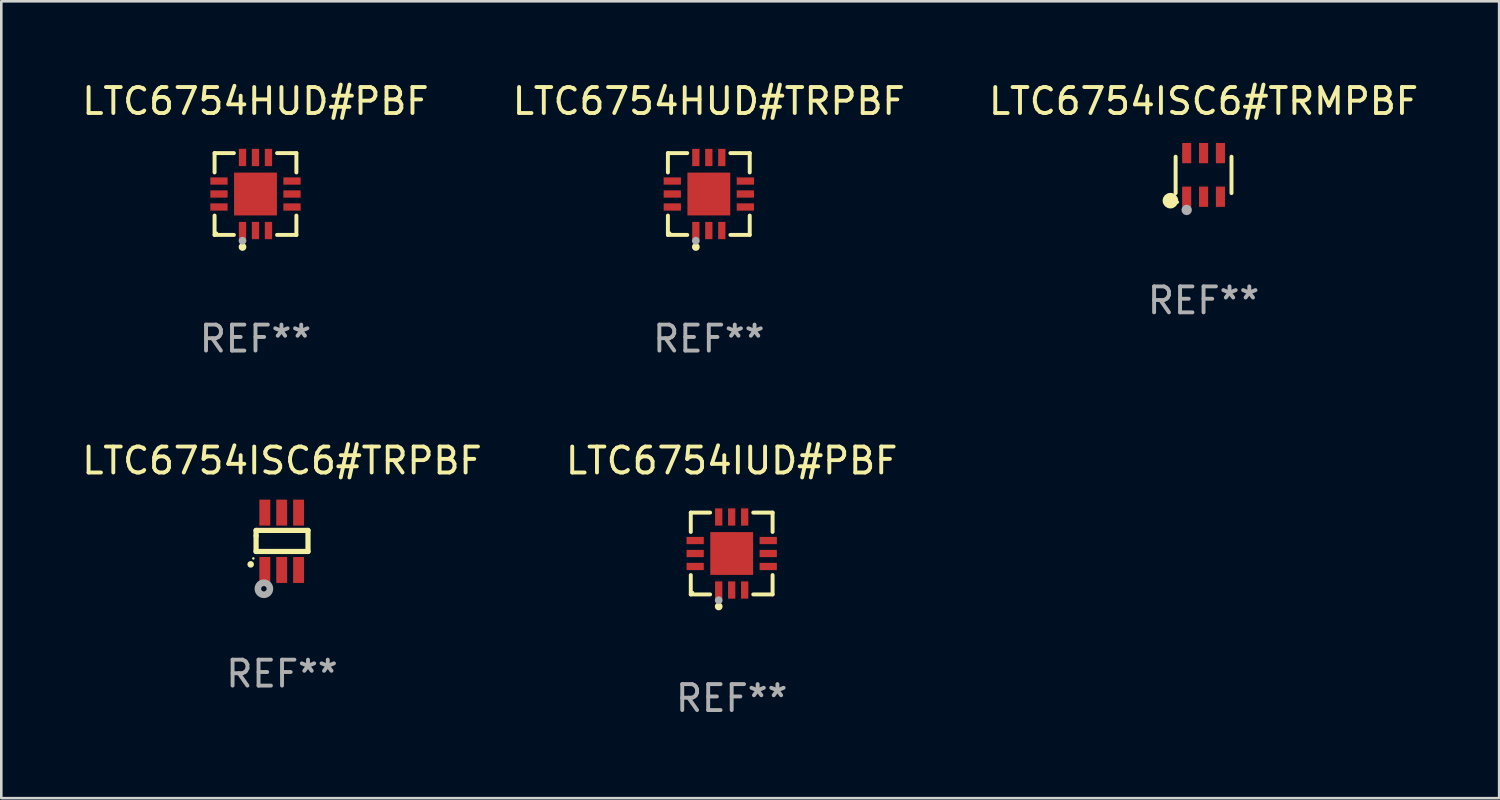
<source format=kicad_pcb>
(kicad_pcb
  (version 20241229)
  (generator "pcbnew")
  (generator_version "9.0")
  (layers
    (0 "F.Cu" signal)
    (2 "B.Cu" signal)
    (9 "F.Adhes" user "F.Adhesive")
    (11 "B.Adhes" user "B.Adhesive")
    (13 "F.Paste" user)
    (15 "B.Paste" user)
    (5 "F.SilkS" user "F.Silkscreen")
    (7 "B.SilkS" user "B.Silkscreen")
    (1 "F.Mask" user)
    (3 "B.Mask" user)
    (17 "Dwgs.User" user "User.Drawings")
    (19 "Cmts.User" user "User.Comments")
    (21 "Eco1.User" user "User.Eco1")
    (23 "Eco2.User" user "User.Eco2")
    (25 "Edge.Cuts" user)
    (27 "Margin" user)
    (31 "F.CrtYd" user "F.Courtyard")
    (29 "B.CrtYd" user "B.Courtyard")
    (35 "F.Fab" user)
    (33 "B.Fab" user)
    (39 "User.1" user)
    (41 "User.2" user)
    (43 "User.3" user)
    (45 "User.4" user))
  (footprint "LTC6754IUD#PBF"
    (layer "F.Cu")
    (at 25.137 18.273)
    (property "Reference" "LTC6754IUD#PBF" (at 0 -3.576 0) (layer "F.SilkS") (effects (font (size 1 1) (thickness 0.15))))
    (attr through_hole)
    (fp_line (start -1.576 -1.576) (end -0.831 -1.576) (stroke (width 0.152) (type solid)) (layer "F.SilkS"))
    (fp_line (start -1.576 -0.831) (end -1.576 -1.576) (stroke (width 0.152) (type solid)) (layer "F.SilkS"))
    (fp_line (start -1.576 0.831) (end -1.576 1.576) (stroke (width 0.152) (type solid)) (layer "F.SilkS"))
    (fp_line (start -1.576 1.576) (end -0.831 1.576) (stroke (width 0.152) (type solid)) (layer "F.SilkS"))
    (fp_line (start 1.576 -1.576) (end 0.831 -1.576) (stroke (width 0.152) (type solid)) (layer "F.SilkS"))
    (fp_line (start 1.576 -0.831) (end 1.576 -1.576) (stroke (width 0.152) (type solid)) (layer "F.SilkS"))
    (fp_line (start 1.576 0.831) (end 1.576 1.576) (stroke (width 0.152) (type solid)) (layer "F.SilkS"))
    (fp_line (start 1.576 1.576) (end 0.831 1.576) (stroke (width 0.152) (type solid)) (layer "F.SilkS"))
    (fp_circle (center -1.5 1.5) (end -1.47 1.5) (stroke (width 0.06) (type solid)) (fill no) (layer "F.SilkS"))
    (fp_circle (center -0.5 2.04) (end -0.425 2.04) (stroke (width 0.15) (type solid)) (fill no) (layer "F.SilkS"))
    (fp_circle (center -0.5 1.8) (end -0.425 1.8) (stroke (width 0.15) (type solid)) (fill no) (layer "F.Fab"))
    (fp_text user "REF**" (at 0 5.576 0) (layer "F.Fab") (effects (font (size 1 1) (thickness 0.15))))
    (pad "1" smd rect (at -0.5 1.407) (size 0.28 0.665) (layers "F.Cu" "F.Mask" "F.Paste"))
    (pad "2" smd rect (at 0 1.407) (size 0.28 0.665) (layers "F.Cu" "F.Mask" "F.Paste"))
    (pad "3" smd rect (at 0.5 1.407) (size 0.28 0.665) (layers "F.Cu" "F.Mask" "F.Paste"))
    (pad "4" smd rect (at 1.407 0.5) (size 0.665 0.28) (layers "F.Cu" "F.Mask" "F.Paste"))
    (pad "5" smd rect (at 1.407 0) (size 0.665 0.28) (layers "F.Cu" "F.Mask" "F.Paste"))
    (pad "6" smd rect (at 1.407 -0.5) (size 0.665 0.28) (layers "F.Cu" "F.Mask" "F.Paste"))
    (pad "7" smd rect (at 0.5 -1.407) (size 0.28 0.665) (layers "F.Cu" "F.Mask" "F.Paste"))
    (pad "8" smd rect (at 0 -1.407) (size 0.28 0.665) (layers "F.Cu" "F.Mask" "F.Paste"))
    (pad "9" smd rect (at -0.5 -1.407) (size 0.28 0.665) (layers "F.Cu" "F.Mask" "F.Paste"))
    (pad "10" smd rect (at -1.407 -0.5) (size 0.665 0.28) (layers "F.Cu" "F.Mask" "F.Paste"))
    (pad "11" smd rect (at -1.407 0) (size 0.665 0.28) (layers "F.Cu" "F.Mask" "F.Paste"))
    (pad "12" smd rect (at -1.407 0.5) (size 0.665 0.28) (layers "F.Cu" "F.Mask" "F.Paste"))
    (pad "13" smd rect (at 0 0) (size 1.65 1.65) (layers "F.Cu" "F.Mask" "F.Paste")))
  (footprint "LTC6754HUD#TRPBF"
    (layer "F.Cu")
    (at 24.256 4.424)
    (property "Reference" "LTC6754HUD#TRPBF" (at 0 -3.576 0) (layer "F.SilkS") (effects (font (size 1 1) (thickness 0.15))))
    (attr through_hole)
    (fp_line (start -1.576 -1.576) (end -0.831 -1.576) (stroke (width 0.152) (type solid)) (layer "F.SilkS"))
    (fp_line (start -1.576 -0.831) (end -1.576 -1.576) (stroke (width 0.152) (type solid)) (layer "F.SilkS"))
    (fp_line (start -1.576 0.831) (end -1.576 1.576) (stroke (width 0.152) (type solid)) (layer "F.SilkS"))
    (fp_line (start -1.576 1.576) (end -0.831 1.576) (stroke (width 0.152) (type solid)) (layer "F.SilkS"))
    (fp_line (start 1.576 -1.576) (end 0.831 -1.576) (stroke (width 0.152) (type solid)) (layer "F.SilkS"))
    (fp_line (start 1.576 -0.831) (end 1.576 -1.576) (stroke (width 0.152) (type solid)) (layer "F.SilkS"))
    (fp_line (start 1.576 0.831) (end 1.576 1.576) (stroke (width 0.152) (type solid)) (layer "F.SilkS"))
    (fp_line (start 1.576 1.576) (end 0.831 1.576) (stroke (width 0.152) (type solid)) (layer "F.SilkS"))
    (fp_circle (center -1.5 1.5) (end -1.47 1.5) (stroke (width 0.06) (type solid)) (fill no) (layer "F.SilkS"))
    (fp_circle (center -0.5 2.04) (end -0.425 2.04) (stroke (width 0.15) (type solid)) (fill no) (layer "F.SilkS"))
    (fp_circle (center -0.5 1.8) (end -0.425 1.8) (stroke (width 0.15) (type solid)) (fill no) (layer "F.Fab"))
    (fp_text user "REF**" (at 0 5.576 0) (layer "F.Fab") (effects (font (size 1 1) (thickness 0.15))))
    (pad "1" smd rect (at -0.5 1.407) (size 0.28 0.665) (layers "F.Cu" "F.Mask" "F.Paste"))
    (pad "2" smd rect (at 0 1.407) (size 0.28 0.665) (layers "F.Cu" "F.Mask" "F.Paste"))
    (pad "3" smd rect (at 0.5 1.407) (size 0.28 0.665) (layers "F.Cu" "F.Mask" "F.Paste"))
    (pad "4" smd rect (at 1.407 0.5) (size 0.665 0.28) (layers "F.Cu" "F.Mask" "F.Paste"))
    (pad "5" smd rect (at 1.407 0) (size 0.665 0.28) (layers "F.Cu" "F.Mask" "F.Paste"))
    (pad "6" smd rect (at 1.407 -0.5) (size 0.665 0.28) (layers "F.Cu" "F.Mask" "F.Paste"))
    (pad "7" smd rect (at 0.5 -1.407) (size 0.28 0.665) (layers "F.Cu" "F.Mask" "F.Paste"))
    (pad "8" smd rect (at 0 -1.407) (size 0.28 0.665) (layers "F.Cu" "F.Mask" "F.Paste"))
    (pad "9" smd rect (at -0.5 -1.407) (size 0.28 0.665) (layers "F.Cu" "F.Mask" "F.Paste"))
    (pad "10" smd rect (at -1.407 -0.5) (size 0.665 0.28) (layers "F.Cu" "F.Mask" "F.Paste"))
    (pad "11" smd rect (at -1.407 0) (size 0.665 0.28) (layers "F.Cu" "F.Mask" "F.Paste"))
    (pad "12" smd rect (at -1.407 0.5) (size 0.665 0.28) (layers "F.Cu" "F.Mask" "F.Paste"))
    (pad "13" smd rect (at 0 0) (size 1.65 1.65) (layers "F.Cu" "F.Mask" "F.Paste")))
  (footprint "LTC6754ISC6#TRMPBF"
    (layer "F.Cu")
    (at 43.315 3.688)
    (property "Reference" "LTC6754ISC6#TRMPBF" (at 0 -2.84 0) (layer "F.SilkS") (effects (font (size 1 1) (thickness 0.15))))
    (attr through_hole)
    (fp_line (start -1.076 0.701) (end -1.076 -0.701) (stroke (width 0.152) (type solid)) (layer "F.SilkS"))
    (fp_line (start 1.076 0.701) (end 1.076 -0.701) (stroke (width 0.152) (type solid)) (layer "F.SilkS"))
    (fp_circle (center -1.277 0.992) (end -1.127 0.992) (stroke (width 0.3) (type solid)) (fill no) (layer "F.SilkS"))
    (fp_circle (center -1 1.05) (end -0.97 1.05) (stroke (width 0.06) (type solid)) (fill no) (layer "F.SilkS"))
    (fp_circle (center -0.65 1.35) (end -0.55 1.35) (stroke (width 0.2) (type solid)) (fill no) (layer "F.Fab"))
    (fp_text user "REF**" (at 0 4.84 0) (layer "F.Fab") (effects (font (size 1 1) (thickness 0.15))))
    (pad "1" smd rect (at -0.65 0.84) (size 0.35 0.78) (layers "F.Cu" "F.Mask" "F.Paste"))
    (pad "2" smd rect (at 0 0.84) (size 0.35 0.78) (layers "F.Cu" "F.Mask" "F.Paste"))
    (pad "3" smd rect (at 0.65 0.84) (size 0.35 0.78) (layers "F.Cu" "F.Mask" "F.Paste"))
    (pad "4" smd rect (at 0.65 -0.84) (size 0.35 0.78) (layers "F.Cu" "F.Mask" "F.Paste"))
    (pad "5" smd rect (at 0 -0.84) (size 0.35 0.78) (layers "F.Cu" "F.Mask" "F.Paste"))
    (pad "6" smd rect (at -0.65 -0.84) (size 0.35 0.78) (layers "F.Cu" "F.Mask" "F.Paste")))
  (footprint "LTC6754ISC6#TRPBF"
    (layer "F.Cu")
    (at 7.815 17.802)
    (property "Reference" "LTC6754ISC6#TRPBF" (at 0 -3.105 0) (layer "F.SilkS") (effects (font (size 1 1) (thickness 0.15))))
    (attr through_hole)
    (fp_line (start -1 -0.419) (end -1 -0.213) (stroke (width 0.2) (type solid)) (layer "F.SilkS"))
    (fp_line (start -1 -0.213) (end -1 0.393) (stroke (width 0.2) (type solid)) (layer "F.SilkS"))
    (fp_line (start -1 0.393) (end 1 0.393) (stroke (width 0.2) (type solid)) (layer "F.SilkS"))
    (fp_line (start 1 -0.419) (end -1 -0.419) (stroke (width 0.2) (type solid)) (layer "F.SilkS"))
    (fp_line (start 1 0.393) (end 1 -0.419) (stroke (width 0.2) (type solid)) (layer "F.SilkS"))
    (fp_arc (start -1.208509 0.890272) (mid -1.208515 0.889002) (end -1.208509 0.887732) (stroke (width 0.25) (type solid)) (layer "F.SilkS"))
    (fp_circle (center -1.105 0.66) (end -1.08 0.66) (stroke (width 0.05) (type solid)) (fill no) (layer "F.SilkS"))
    (fp_circle (center -0.699 1.829) (end -0.594 1.829) (stroke (width 0.254) (type solid)) (fill no) (layer "F.Fab"))
    (fp_text user "REF**" (at 0 5.105 0) (layer "F.Fab") (effects (font (size 1 1) (thickness 0.15))))
    (pad "1" smd rect (at -0.663 1.105) (size 0.42 1) (layers "F.Cu" "F.Mask" "F.Paste"))
    (pad "2" smd rect (at -0.013 1.105) (size 0.42 1) (layers "F.Cu" "F.Mask" "F.Paste"))
    (pad "3" smd rect (at 0.637 1.105) (size 0.42 1) (layers "F.Cu" "F.Mask" "F.Paste"))
    (pad "4" smd rect (at 0.637 -1.105 180) (size 0.42 1) (layers "F.Cu" "F.Mask" "F.Paste"))
    (pad "5" smd rect (at -0.013 -1.105 180) (size 0.42 1) (layers "F.Cu" "F.Mask" "F.Paste"))
    (pad "6" smd rect (at -0.663 -1.105 180) (size 0.42 1) (layers "F.Cu" "F.Mask" "F.Paste")))
  (footprint "LTC6754HUD#PBF"
    (layer "F.Cu")
    (at 6.792 4.424)
    (property "Reference" "LTC6754HUD#PBF" (at 0 -3.576 0) (layer "F.SilkS") (effects (font (size 1 1) (thickness 0.15))))
    (attr through_hole)
    (fp_line (start -1.576 -1.576) (end -0.831 -1.576) (stroke (width 0.152) (type solid)) (layer "F.SilkS"))
    (fp_line (start -1.576 -0.831) (end -1.576 -1.576) (stroke (width 0.152) (type solid)) (layer "F.SilkS"))
    (fp_line (start -1.576 0.831) (end -1.576 1.576) (stroke (width 0.152) (type solid)) (layer "F.SilkS"))
    (fp_line (start -1.576 1.576) (end -0.831 1.576) (stroke (width 0.152) (type solid)) (layer "F.SilkS"))
    (fp_line (start 1.576 -1.576) (end 0.831 -1.576) (stroke (width 0.152) (type solid)) (layer "F.SilkS"))
    (fp_line (start 1.576 -0.831) (end 1.576 -1.576) (stroke (width 0.152) (type solid)) (layer "F.SilkS"))
    (fp_line (start 1.576 0.831) (end 1.576 1.576) (stroke (width 0.152) (type solid)) (layer "F.SilkS"))
    (fp_line (start 1.576 1.576) (end 0.831 1.576) (stroke (width 0.152) (type solid)) (layer "F.SilkS"))
    (fp_circle (center -1.5 1.5) (end -1.47 1.5) (stroke (width 0.06) (type solid)) (fill no) (layer "F.SilkS"))
    (fp_circle (center -0.5 2.04) (end -0.425 2.04) (stroke (width 0.15) (type solid)) (fill no) (layer "F.SilkS"))
    (fp_circle (center -0.5 1.8) (end -0.425 1.8) (stroke (width 0.15) (type solid)) (fill no) (layer "F.Fab"))
    (fp_text user "REF**" (at 0 5.576 0) (layer "F.Fab") (effects (font (size 1 1) (thickness 0.15))))
    (pad "1" smd rect (at -0.5 1.407) (size 0.28 0.665) (layers "F.Cu" "F.Mask" "F.Paste"))
    (pad "2" smd rect (at 0 1.407) (size 0.28 0.665) (layers "F.Cu" "F.Mask" "F.Paste"))
    (pad "3" smd rect (at 0.5 1.407) (size 0.28 0.665) (layers "F.Cu" "F.Mask" "F.Paste"))
    (pad "4" smd rect (at 1.407 0.5) (size 0.665 0.28) (layers "F.Cu" "F.Mask" "F.Paste"))
    (pad "5" smd rect (at 1.407 0) (size 0.665 0.28) (layers "F.Cu" "F.Mask" "F.Paste"))
    (pad "6" smd rect (at 1.407 -0.5) (size 0.665 0.28) (layers "F.Cu" "F.Mask" "F.Paste"))
    (pad "7" smd rect (at 0.5 -1.407) (size 0.28 0.665) (layers "F.Cu" "F.Mask" "F.Paste"))
    (pad "8" smd rect (at 0 -1.407) (size 0.28 0.665) (layers "F.Cu" "F.Mask" "F.Paste"))
    (pad "9" smd rect (at -0.5 -1.407) (size 0.28 0.665) (layers "F.Cu" "F.Mask" "F.Paste"))
    (pad "10" smd rect (at -1.407 -0.5) (size 0.665 0.28) (layers "F.Cu" "F.Mask" "F.Paste"))
    (pad "11" smd rect (at -1.407 0) (size 0.665 0.28) (layers "F.Cu" "F.Mask" "F.Paste"))
    (pad "12" smd rect (at -1.407 0.5) (size 0.665 0.28) (layers "F.Cu" "F.Mask" "F.Paste"))
    (pad "13" smd rect (at 0 0) (size 1.65 1.65) (layers "F.Cu" "F.Mask" "F.Paste")))
  (gr_rect
    (start -3 -3)
    (end 54.702 27.698)
    (stroke (width 0.1) (type default))
    (fill no)
    (layer "Edge.Cuts")))
</source>
